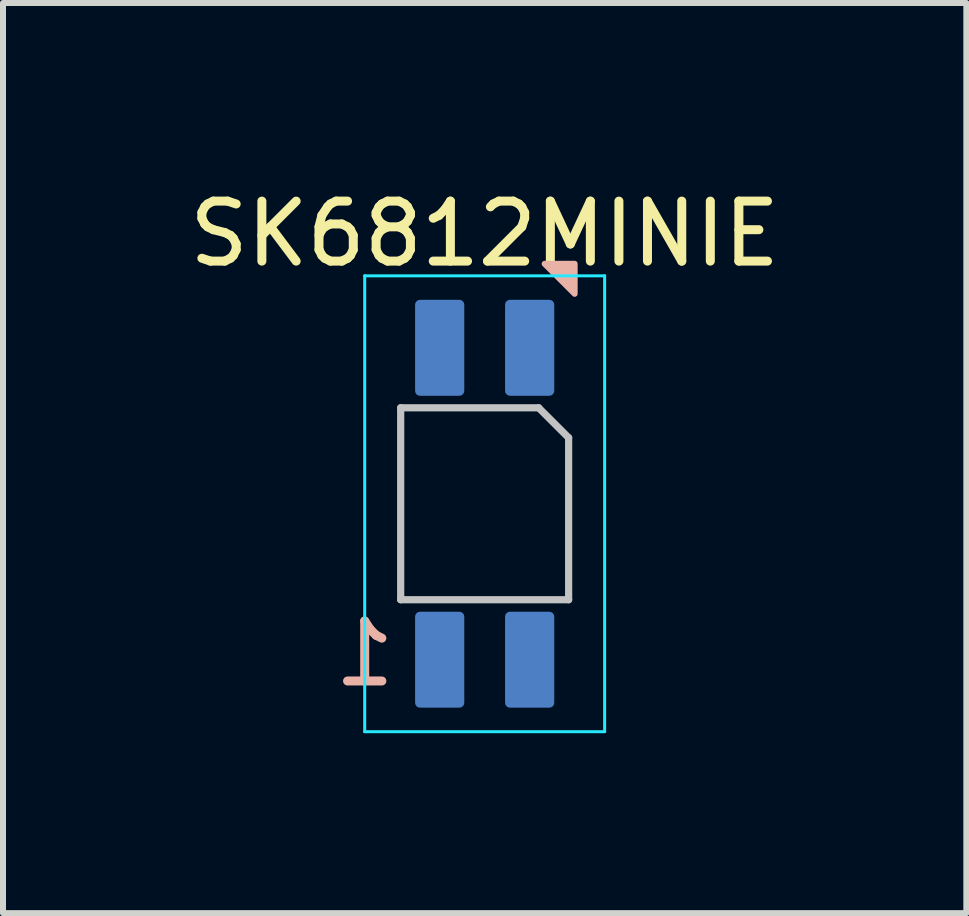
<source format=kicad_pcb>
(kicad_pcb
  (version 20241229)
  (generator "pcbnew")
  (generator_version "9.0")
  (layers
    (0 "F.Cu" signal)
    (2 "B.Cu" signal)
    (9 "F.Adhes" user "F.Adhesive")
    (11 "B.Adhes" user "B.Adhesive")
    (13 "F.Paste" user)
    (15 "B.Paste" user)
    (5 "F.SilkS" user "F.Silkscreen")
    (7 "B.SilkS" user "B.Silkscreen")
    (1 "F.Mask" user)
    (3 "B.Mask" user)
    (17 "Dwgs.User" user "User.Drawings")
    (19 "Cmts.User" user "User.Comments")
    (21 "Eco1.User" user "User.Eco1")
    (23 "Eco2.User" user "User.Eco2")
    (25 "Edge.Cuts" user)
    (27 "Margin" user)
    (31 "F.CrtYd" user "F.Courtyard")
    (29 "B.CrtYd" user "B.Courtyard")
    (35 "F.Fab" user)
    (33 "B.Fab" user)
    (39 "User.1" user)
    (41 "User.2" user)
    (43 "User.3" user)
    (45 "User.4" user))
  (footprint "SK6812MINIE"
    (layer "F.Cu")
    (at 5.03 5.348)
    (property "Reference" "SK6812MINIE" (at 0 -4.5 180) (layer "F.SilkS") (effects (font (size 1 1) (thickness 0.15))))
    (attr smd)
    (fp_poly (pts (xy 1 -4) (xy 1.5 -3.5) (xy 1.5 -4)) (stroke (width 0.1) (type solid)) (fill yes) (layer "B.SilkS"))
    (fp_line (start -1.4 -1.6) (end -1.4 1.6) (stroke (width 0.12) (type solid)) (layer "Dwgs.User"))
    (fp_line (start -1.4 1.6) (end 1.4 1.6) (stroke (width 0.12) (type solid)) (layer "Dwgs.User"))
    (fp_line (start 0.9 -1.6) (end -1.4 -1.6) (stroke (width 0.12) (type solid)) (layer "Dwgs.User"))
    (fp_line (start 0.9 -1.6) (end 1.4 -1.1) (stroke (width 0.12) (type solid)) (layer "Dwgs.User"))
    (fp_line (start 1.4 1.6) (end 1.4 -1.1) (stroke (width 0.12) (type solid)) (layer "Dwgs.User"))
    (fp_line (start -1.5 -1.7) (end 1.5 -1.7) (stroke (width 0.12) (type solid)) (layer "Eco2.User"))
    (fp_line (start -1.5 1.7) (end -1.5 -1.7) (stroke (width 0.12) (type solid)) (layer "Eco2.User"))
    (fp_line (start 1.5 -1.7) (end 1.5 1.7) (stroke (width 0.12) (type solid)) (layer "Eco2.User"))
    (fp_line (start 1.5 1.7) (end -1.5 1.7) (stroke (width 0.12) (type solid)) (layer "Eco2.User"))
    (fp_line (start -2 -3.8) (end -2 3.8) (stroke (width 0.05) (type solid)) (layer "B.CrtYd"))
    (fp_line (start -2 3.8) (end 2 3.8) (stroke (width 0.05) (type solid)) (layer "B.CrtYd"))
    (fp_line (start 2 -3.8) (end -2 -3.8) (stroke (width 0.05) (type solid)) (layer "B.CrtYd"))
    (fp_line (start 2 3.8) (end 2 -3.8) (stroke (width 0.05) (type solid)) (layer "B.CrtYd"))
    (fp_text user "1" (at -2 2.5 0) (layer "B.SilkS") (effects (font (size 1 1) (thickness 0.15)) (justify mirror)))
    (pad "1" smd roundrect (at -0.75 2.6) (size 0.82 1.6) (layers "B.Cu" "B.Mask" "B.Paste") (roundrect_rratio 0.1))
    (pad "2" smd roundrect (at 0.75 2.6) (size 0.82 1.6) (layers "B.Cu" "B.Mask" "B.Paste") (roundrect_rratio 0.1))
    (pad "3" smd roundrect (at 0.75 -2.6) (size 0.82 1.6) (layers "B.Cu" "B.Mask" "B.Paste") (roundrect_rratio 0.1))
    (pad "4" smd roundrect (at -0.75 -2.6) (size 0.82 1.6) (layers "B.Cu" "B.Mask" "B.Paste") (roundrect_rratio 0.1)))
  (gr_rect
    (start -3 -3)
    (end 13.06 12.173)
    (stroke (width 0.1) (type default))
    (fill no)
    (layer "Edge.Cuts")))
</source>
